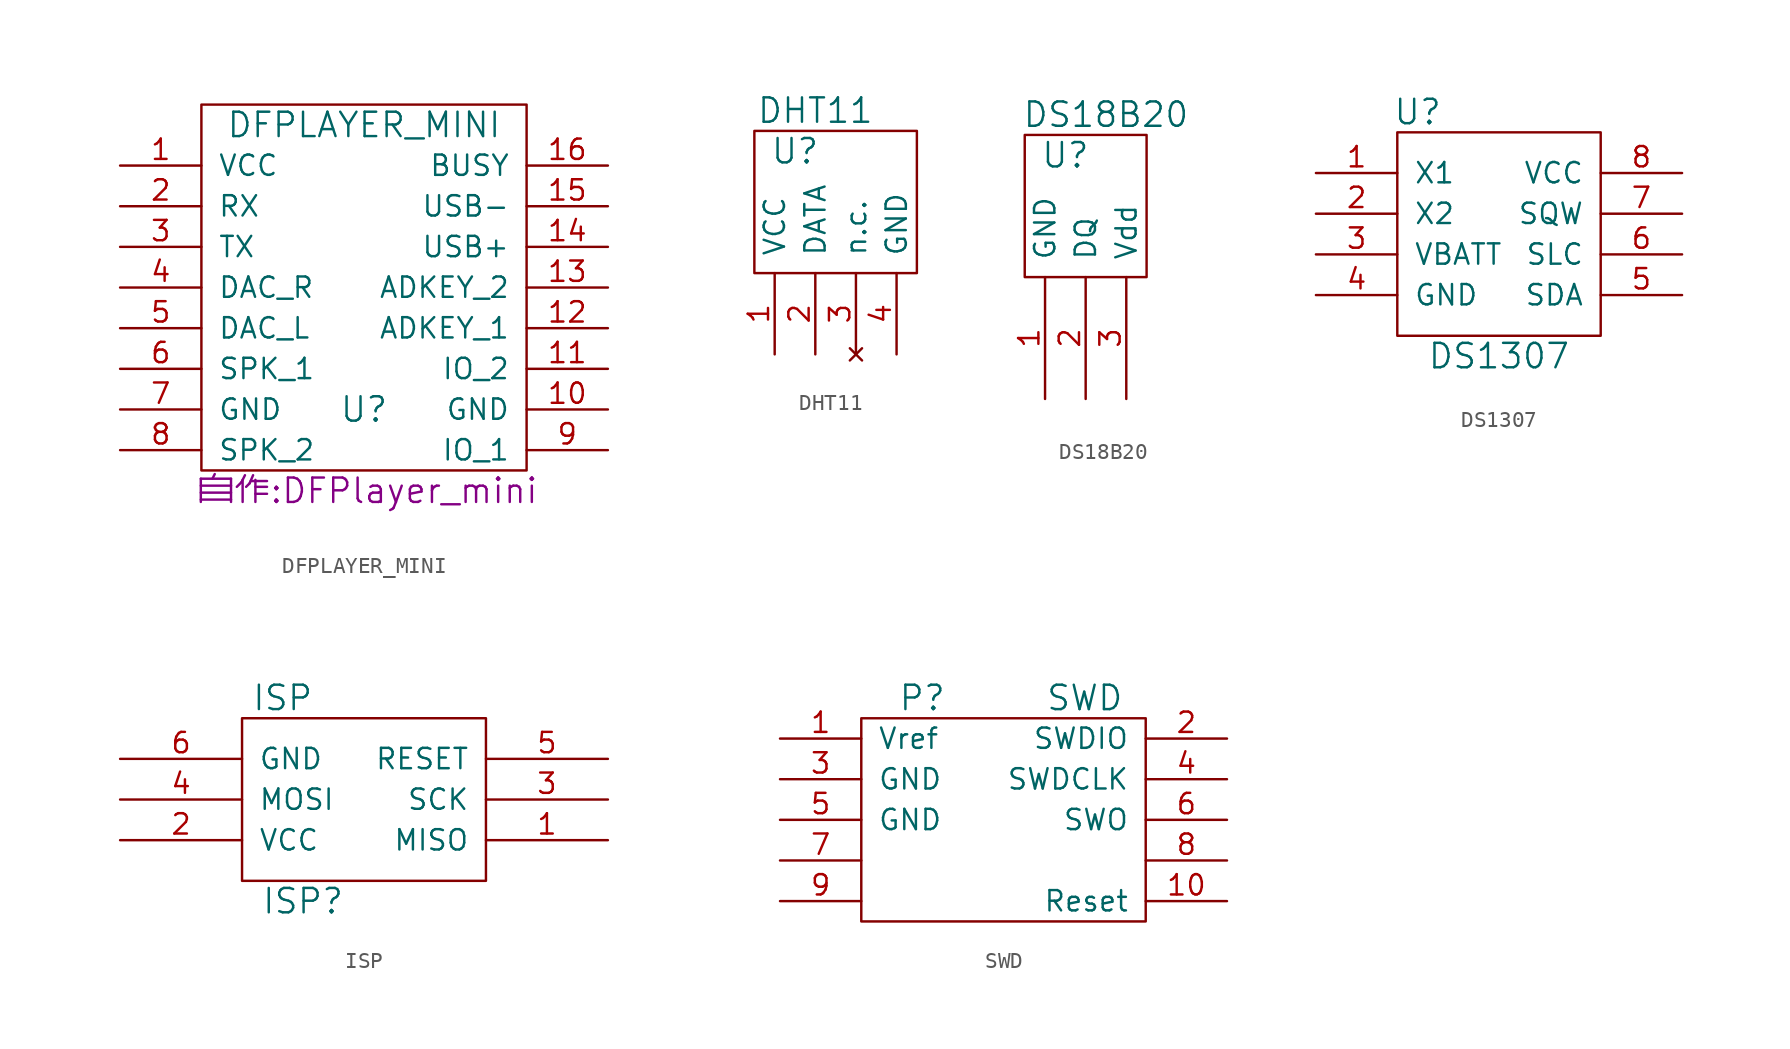
<source format=kicad_sym>
(kicad_symbol_lib
  (version 20231120)
  (generator "kicad_symbol_editor")
  (generator_version "8.0")
  (symbol "DFPLAYER_MINI"
    (pin_names
      (offset 1.016))
    (property "Reference" "U"
      (at 0 -6.35 0)
      (effects (font (size 1.524 1.524))))
    (property "Value" "DFPLAYER_MINI"
      (at 0 11.43 0)
      (effects (font (size 1.524 1.524))))
    (property "Footprint" "自作:DFPlayer_mini"
      (at 0.254 -11.43 0)
      (effects (font (size 1.524 1.524))))
    (property "Datasheet" ""
      (at 0 0 0)
      (effects (font (size 1.524 1.524))))
    (symbol "DFPLAYER_MINI_0_1"
      (rectangle (start -10.16 -10.16) (end 10.16 12.7) (stroke (width 0) (type solid)) (fill (type none))))
    (symbol "DFPLAYER_MINI_1_1"
      (pin input line (at -15.24 8.89 0) (length 5.08) (name "VCC" (effects (font (size 1.27 1.27)))) (number "1" (effects (font (size 1.27 1.27)))))
      (pin input line (at 15.24 -6.35 180) (length 5.08) (name "GND" (effects (font (size 1.27 1.27)))) (number "10" (effects (font (size 1.27 1.27)))))
      (pin input line (at 15.24 -3.81 180) (length 5.08) (name "IO_2" (effects (font (size 1.27 1.27)))) (number "11" (effects (font (size 1.27 1.27)))))
      (pin input line (at 15.24 -1.27 180) (length 5.08) (name "ADKEY_1" (effects (font (size 1.27 1.27)))) (number "12" (effects (font (size 1.27 1.27)))))
      (pin input line (at 15.24 1.27 180) (length 5.08) (name "ADKEY_2" (effects (font (size 1.27 1.27)))) (number "13" (effects (font (size 1.27 1.27)))))
      (pin input line (at 15.24 3.81 180) (length 5.08) (name "USB+" (effects (font (size 1.27 1.27)))) (number "14" (effects (font (size 1.27 1.27)))))
      (pin input line (at 15.24 6.35 180) (length 5.08) (name "USB-" (effects (font (size 1.27 1.27)))) (number "15" (effects (font (size 1.27 1.27)))))
      (pin input line (at 15.24 8.89 180) (length 5.08) (name "BUSY" (effects (font (size 1.27 1.27)))) (number "16" (effects (font (size 1.27 1.27)))))
      (pin input line (at -15.24 6.35 0) (length 5.08) (name "RX" (effects (font (size 1.27 1.27)))) (number "2" (effects (font (size 1.27 1.27)))))
      (pin input line (at -15.24 3.81 0) (length 5.08) (name "TX" (effects (font (size 1.27 1.27)))) (number "3" (effects (font (size 1.27 1.27)))))
      (pin input line (at -15.24 1.27 0) (length 5.08) (name "DAC_R" (effects (font (size 1.27 1.27)))) (number "4" (effects (font (size 1.27 1.27)))))
      (pin input line (at -15.24 -1.27 0) (length 5.08) (name "DAC_L" (effects (font (size 1.27 1.27)))) (number "5" (effects (font (size 1.27 1.27)))))
      (pin input line (at -15.24 -3.81 0) (length 5.08) (name "SPK_1" (effects (font (size 1.27 1.27)))) (number "6" (effects (font (size 1.27 1.27)))))
      (pin input line (at -15.24 -6.35 0) (length 5.08) (name "GND" (effects (font (size 1.27 1.27)))) (number "7" (effects (font (size 1.27 1.27)))))
      (pin input line (at -15.24 -8.89 0) (length 5.08) (name "SPK_2" (effects (font (size 1.27 1.27)))) (number "8" (effects (font (size 1.27 1.27)))))
      (pin input line (at 15.24 -8.89 180) (length 5.08) (name "IO_1" (effects (font (size 1.27 1.27)))) (number "9" (effects (font (size 1.27 1.27)))))))
  (symbol "DHT11"
    (pin_names
      (offset 1.016))
    (property "Reference" "U"
      (at -2.54 1.27 0)
      (effects (font (size 1.524 1.524))))
    (property "Value" "DHT11"
      (at -1.27 3.81 0)
      (effects (font (size 1.524 1.524))))
    (property "Footprint" ""
      (at 0 0 0)
      (effects (font (size 1.524 1.524))))
    (property "Datasheet" ""
      (at 0 0 0)
      (effects (font (size 1.524 1.524))))
    (symbol "DHT11_0_1"
      (rectangle (start -5.08 -6.35) (end 5.08 2.54) (stroke (width 0) (type solid)) (fill (type none))))
    (symbol "DHT11_1_1"
      (pin power_in line (at -3.81 -11.43 90) (length 5.08) (name "VCC" (effects (font (size 1.27 1.27)))) (number "1" (effects (font (size 1.27 1.27)))))
      (pin input line (at -1.27 -11.43 90) (length 5.08) (name "DATA" (effects (font (size 1.27 1.27)))) (number "2" (effects (font (size 1.27 1.27)))))
      (pin no_connect line (at 1.27 -11.43 90) (length 5.08) (name "n.c." (effects (font (size 1.27 1.27)))) (number "3" (effects (font (size 1.27 1.27)))))
      (pin power_out line (at 3.81 -11.43 90) (length 5.08) (name "GND" (effects (font (size 1.27 1.27)))) (number "4" (effects (font (size 1.27 1.27)))))))
  (symbol "DS18B20"
    (pin_names
      (offset 1.016))
    (property "Reference" "U"
      (at -1.27 5.08 0)
      (effects (font (size 1.524 1.524))))
    (property "Value" "DS18B20"
      (at 1.27 7.62 0)
      (effects (font (size 1.524 1.524))))
    (property "Footprint" ""
      (at 0 0 0)
      (effects (font (size 1.524 1.524))))
    (property "Datasheet" ""
      (at 0 0 0)
      (effects (font (size 1.524 1.524))))
    (symbol "DS18B20_0_1"
      (rectangle (start 3.81 -2.54) (end -3.81 6.35) (stroke (width 0) (type solid)) (fill (type none))))
    (symbol "DS18B20_1_1"
      (pin power_out line (at -2.54 -10.16 90) (length 7.62) (name "GND" (effects (font (size 1.27 1.27)))) (number "1" (effects (font (size 1.27 1.27)))))
      (pin bidirectional line (at 0 -10.16 90) (length 7.62) (name "DQ" (effects (font (size 1.27 1.27)))) (number "2" (effects (font (size 1.27 1.27)))))
      (pin power_in line (at 2.54 -10.16 90) (length 7.62) (name "Vdd" (effects (font (size 1.27 1.27)))) (number "3" (effects (font (size 1.27 1.27)))))))
  (symbol "DS1307"
    (pin_names
      (offset 1.016))
    (property "Reference" "U"
      (at -5.08 7.62 0)
      (effects (font (size 1.524 1.524))))
    (property "Value" "DS1307"
      (at 0 -7.62 0)
      (effects (font (size 1.524 1.524))))
    (symbol "DS1307_0_1"
      (polyline (pts (xy -6.35 6.35) (xy -6.35 -6.35) (xy 6.35 -6.35) (xy 6.35 6.35) (xy -6.35 6.35)) (stroke (width 0) (type solid)) (fill (type none))))
    (symbol "DS1307_1_1"
      (pin input line (at -11.43 3.81 0) (length 5.08) (name "X1" (effects (font (size 1.27 1.27)))) (number "1" (effects (font (size 1.27 1.27)))))
      (pin input line (at -11.43 1.27 0) (length 5.08) (name "X2" (effects (font (size 1.27 1.27)))) (number "2" (effects (font (size 1.27 1.27)))))
      (pin input line (at -11.43 -1.27 0) (length 5.08) (name "VBATT" (effects (font (size 1.27 1.27)))) (number "3" (effects (font (size 1.27 1.27)))))
      (pin input line (at -11.43 -3.81 0) (length 5.08) (name "GND" (effects (font (size 1.27 1.27)))) (number "4" (effects (font (size 1.27 1.27)))))
      (pin input line (at 11.43 -3.81 180) (length 5.08) (name "SDA" (effects (font (size 1.27 1.27)))) (number "5" (effects (font (size 1.27 1.27)))))
      (pin input line (at 11.43 -1.27 180) (length 5.08) (name "SLC" (effects (font (size 1.27 1.27)))) (number "6" (effects (font (size 1.27 1.27)))))
      (pin input line (at 11.43 1.27 180) (length 5.08) (name "SQW" (effects (font (size 1.27 1.27)))) (number "7" (effects (font (size 1.27 1.27)))))
      (pin input line (at 11.43 3.81 180) (length 5.08) (name "VCC" (effects (font (size 1.27 1.27)))) (number "8" (effects (font (size 1.27 1.27)))))))
  (symbol "ISP"
    (pin_names
      (offset 1.016))
    (property "Reference" "ISP"
      (at -3.81 -6.35 0)
      (effects (font (size 1.524 1.524))))
    (property "Value" "ISP"
      (at -5.08 6.35 0)
      (effects (font (size 1.524 1.524))))
    (property "Footprint" ""
      (at 0 0 0)
      (effects (font (size 1.524 1.524))))
    (property "Datasheet" ""
      (at 0 0 0)
      (effects (font (size 1.524 1.524))))
    (symbol "ISP_0_1"
      (rectangle (start -7.62 5.08) (end 7.62 -5.08) (stroke (width 0) (type solid)) (fill (type none))))
    (symbol "ISP_1_1"
      (pin input line (at 15.24 -2.54 180) (length 7.62) (name "MISO" (effects (font (size 1.27 1.27)))) (number "1" (effects (font (size 1.27 1.27)))))
      (pin input line (at -15.24 -2.54 0) (length 7.62) (name "VCC" (effects (font (size 1.27 1.27)))) (number "2" (effects (font (size 1.27 1.27)))))
      (pin input line (at 15.24 0 180) (length 7.62) (name "SCK" (effects (font (size 1.27 1.27)))) (number "3" (effects (font (size 1.27 1.27)))))
      (pin input line (at -15.24 0 0) (length 7.62) (name "MOSI" (effects (font (size 1.27 1.27)))) (number "4" (effects (font (size 1.27 1.27)))))
      (pin input line (at 15.24 2.54 180) (length 7.62) (name "RESET" (effects (font (size 1.27 1.27)))) (number "5" (effects (font (size 1.27 1.27)))))
      (pin input line (at -15.24 2.54 0) (length 7.62) (name "GND" (effects (font (size 1.27 1.27)))) (number "6" (effects (font (size 1.27 1.27)))))))
  (symbol "SWD"
    (pin_names
      (offset 1.016))
    (property "Reference" "P"
      (at -5.08 6.35 0)
      (effects (font (size 1.524 1.524))))
    (property "Value" "SWD"
      (at 5.08 6.35 0)
      (effects (font (size 1.524 1.524))))
    (property "Footprint" ""
      (at 0 -2.54 0)
      (effects (font (size 1.524 1.524))))
    (property "Datasheet" ""
      (at 0 -2.54 0)
      (effects (font (size 1.524 1.524))))
    (symbol "SWD_0_1"
      (rectangle (start -8.89 5.08) (end 8.89 -7.62) (stroke (width 0) (type solid)) (fill (type none))))
    (symbol "SWD_1_1"
      (pin input line (at -13.97 3.81 0) (length 5.08) (name "Vref" (effects (font (size 1.27 1.27)))) (number "1" (effects (font (size 1.27 1.27)))))
      (pin input line (at 13.97 -6.35 180) (length 5.08) (name "Reset" (effects (font (size 1.27 1.27)))) (number "10" (effects (font (size 1.27 1.27)))))
      (pin input line (at 13.97 3.81 180) (length 5.08) (name "SWDIO" (effects (font (size 1.27 1.27)))) (number "2" (effects (font (size 1.27 1.27)))))
      (pin input line (at -13.97 1.27 0) (length 5.08) (name "GND" (effects (font (size 1.27 1.27)))) (number "3" (effects (font (size 1.27 1.27)))))
      (pin input line (at 13.97 1.27 180) (length 5.08) (name "SWDCLK" (effects (font (size 1.27 1.27)))) (number "4" (effects (font (size 1.27 1.27)))))
      (pin input line (at -13.97 -1.27 0) (length 5.08) (name "GND" (effects (font (size 1.27 1.27)))) (number "5" (effects (font (size 1.27 1.27)))))
      (pin input line (at 13.97 -1.27 180) (length 5.08) (name "SWO" (effects (font (size 1.27 1.27)))) (number "6" (effects (font (size 1.27 1.27)))))
      (pin input line (at -13.97 -3.81 0) (length 5.08) (name "~" (effects (font (size 1.27 1.27)))) (number "7" (effects (font (size 1.27 1.27)))))
      (pin input line (at 13.97 -3.81 180) (length 5.08) (name "~" (effects (font (size 1.27 1.27)))) (number "8" (effects (font (size 1.27 1.27)))))
      (pin input line (at -13.97 -6.35 0) (length 5.08) (name "~" (effects (font (size 1.27 1.27)))) (number "9" (effects (font (size 1.27 1.27))))))))
</source>
